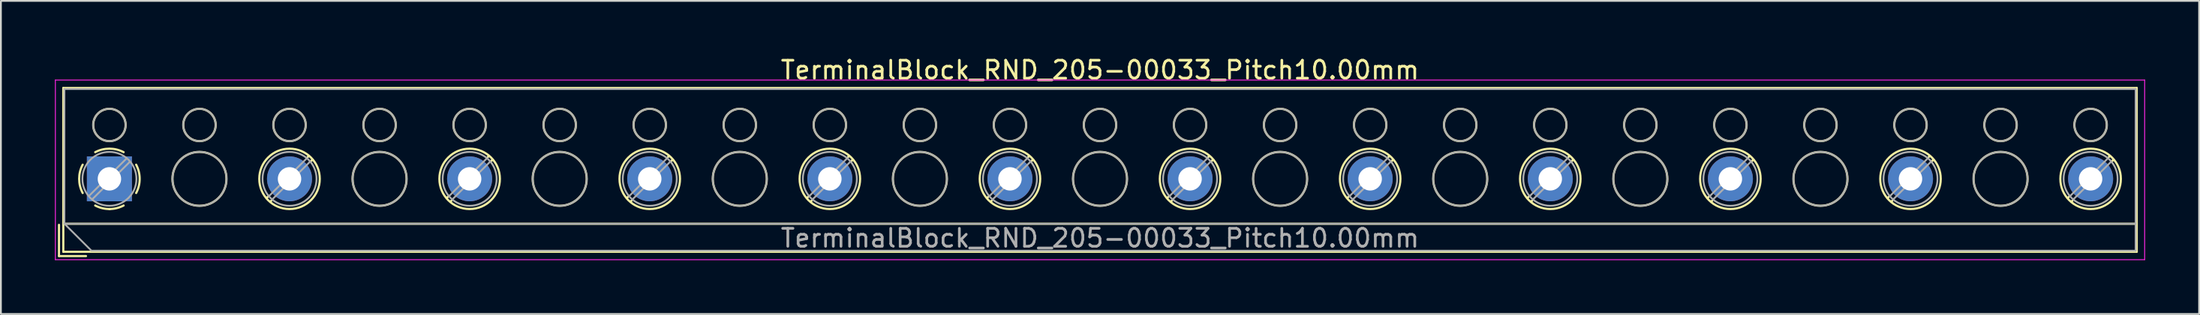
<source format=kicad_pcb>
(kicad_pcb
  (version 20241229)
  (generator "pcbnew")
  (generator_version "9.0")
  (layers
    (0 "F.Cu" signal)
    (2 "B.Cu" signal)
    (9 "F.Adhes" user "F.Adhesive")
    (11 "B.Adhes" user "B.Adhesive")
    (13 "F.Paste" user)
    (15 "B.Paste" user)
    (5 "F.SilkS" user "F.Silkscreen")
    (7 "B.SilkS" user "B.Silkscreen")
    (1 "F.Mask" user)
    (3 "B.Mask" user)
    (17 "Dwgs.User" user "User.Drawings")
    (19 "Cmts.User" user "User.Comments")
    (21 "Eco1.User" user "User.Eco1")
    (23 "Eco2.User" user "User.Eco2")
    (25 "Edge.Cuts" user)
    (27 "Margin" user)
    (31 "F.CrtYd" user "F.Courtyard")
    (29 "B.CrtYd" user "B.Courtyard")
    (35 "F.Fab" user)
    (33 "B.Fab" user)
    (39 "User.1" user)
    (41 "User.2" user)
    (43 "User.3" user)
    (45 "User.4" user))
  (footprint "TerminalBlock_RND_205-00033_Pitch10.00mm"
    (layer "F.Cu")
    (at 3.025 6.908)
    (property "Reference" "TerminalBlock_RND_205-00033_Pitch10.00mm" (at 55 -6.06 0) (layer "F.SilkS") (effects (font (size 1 1) (thickness 0.15))))
    (attr through_hole)
    (fp_line (start -2.8 2.56) (end -2.8 4.3) (stroke (width 0.12) (type solid)) (layer "F.SilkS"))
    (fp_line (start -2.8 4.3) (end -1.3 4.3) (stroke (width 0.12) (type solid)) (layer "F.SilkS"))
    (fp_line (start -2.56 -5.06) (end -2.56 4.06) (stroke (width 0.12) (type solid)) (layer "F.SilkS"))
    (fp_line (start -2.56 2.5) (end 112.56 2.5) (stroke (width 0.12) (type solid)) (layer "F.SilkS"))
    (fp_line (start -2.56 4.06) (end 112.56 4.06) (stroke (width 0.12) (type solid)) (layer "F.SilkS"))
    (fp_line (start 8.82 0.976) (end 8.726 1.069) (stroke (width 0.12) (type solid)) (layer "F.SilkS"))
    (fp_line (start 8.99 1.216) (end 8.931 1.274) (stroke (width 0.12) (type solid)) (layer "F.SilkS"))
    (fp_line (start 11.07 -1.275) (end 11.011 -1.216) (stroke (width 0.12) (type solid)) (layer "F.SilkS"))
    (fp_line (start 11.275 -1.069) (end 11.181 -0.976) (stroke (width 0.12) (type solid)) (layer "F.SilkS"))
    (fp_line (start 18.82 0.976) (end 18.726 1.069) (stroke (width 0.12) (type solid)) (layer "F.SilkS"))
    (fp_line (start 18.99 1.216) (end 18.931 1.274) (stroke (width 0.12) (type solid)) (layer "F.SilkS"))
    (fp_line (start 21.07 -1.275) (end 21.011 -1.216) (stroke (width 0.12) (type solid)) (layer "F.SilkS"))
    (fp_line (start 21.275 -1.069) (end 21.181 -0.976) (stroke (width 0.12) (type solid)) (layer "F.SilkS"))
    (fp_line (start 28.82 0.976) (end 28.726 1.069) (stroke (width 0.12) (type solid)) (layer "F.SilkS"))
    (fp_line (start 28.99 1.216) (end 28.931 1.274) (stroke (width 0.12) (type solid)) (layer "F.SilkS"))
    (fp_line (start 31.07 -1.275) (end 31.011 -1.216) (stroke (width 0.12) (type solid)) (layer "F.SilkS"))
    (fp_line (start 31.275 -1.069) (end 31.181 -0.976) (stroke (width 0.12) (type solid)) (layer "F.SilkS"))
    (fp_line (start 38.82 0.976) (end 38.726 1.069) (stroke (width 0.12) (type solid)) (layer "F.SilkS"))
    (fp_line (start 38.99 1.216) (end 38.931 1.274) (stroke (width 0.12) (type solid)) (layer "F.SilkS"))
    (fp_line (start 41.07 -1.275) (end 41.011 -1.216) (stroke (width 0.12) (type solid)) (layer "F.SilkS"))
    (fp_line (start 41.275 -1.069) (end 41.181 -0.976) (stroke (width 0.12) (type solid)) (layer "F.SilkS"))
    (fp_line (start 48.82 0.976) (end 48.726 1.069) (stroke (width 0.12) (type solid)) (layer "F.SilkS"))
    (fp_line (start 48.99 1.216) (end 48.931 1.274) (stroke (width 0.12) (type solid)) (layer "F.SilkS"))
    (fp_line (start 51.07 -1.275) (end 51.011 -1.216) (stroke (width 0.12) (type solid)) (layer "F.SilkS"))
    (fp_line (start 51.275 -1.069) (end 51.181 -0.976) (stroke (width 0.12) (type solid)) (layer "F.SilkS"))
    (fp_line (start 58.82 0.976) (end 58.726 1.069) (stroke (width 0.12) (type solid)) (layer "F.SilkS"))
    (fp_line (start 58.99 1.216) (end 58.931 1.274) (stroke (width 0.12) (type solid)) (layer "F.SilkS"))
    (fp_line (start 61.07 -1.275) (end 61.011 -1.216) (stroke (width 0.12) (type solid)) (layer "F.SilkS"))
    (fp_line (start 61.275 -1.069) (end 61.181 -0.976) (stroke (width 0.12) (type solid)) (layer "F.SilkS"))
    (fp_line (start 68.82 0.976) (end 68.726 1.069) (stroke (width 0.12) (type solid)) (layer "F.SilkS"))
    (fp_line (start 68.99 1.216) (end 68.931 1.274) (stroke (width 0.12) (type solid)) (layer "F.SilkS"))
    (fp_line (start 71.07 -1.275) (end 71.011 -1.216) (stroke (width 0.12) (type solid)) (layer "F.SilkS"))
    (fp_line (start 71.275 -1.069) (end 71.181 -0.976) (stroke (width 0.12) (type solid)) (layer "F.SilkS"))
    (fp_line (start 78.82 0.976) (end 78.726 1.069) (stroke (width 0.12) (type solid)) (layer "F.SilkS"))
    (fp_line (start 78.99 1.216) (end 78.931 1.274) (stroke (width 0.12) (type solid)) (layer "F.SilkS"))
    (fp_line (start 81.07 -1.275) (end 81.011 -1.216) (stroke (width 0.12) (type solid)) (layer "F.SilkS"))
    (fp_line (start 81.275 -1.069) (end 81.181 -0.976) (stroke (width 0.12) (type solid)) (layer "F.SilkS"))
    (fp_line (start 88.82 0.976) (end 88.726 1.069) (stroke (width 0.12) (type solid)) (layer "F.SilkS"))
    (fp_line (start 88.99 1.216) (end 88.931 1.274) (stroke (width 0.12) (type solid)) (layer "F.SilkS"))
    (fp_line (start 91.07 -1.275) (end 91.011 -1.216) (stroke (width 0.12) (type solid)) (layer "F.SilkS"))
    (fp_line (start 91.275 -1.069) (end 91.181 -0.976) (stroke (width 0.12) (type solid)) (layer "F.SilkS"))
    (fp_line (start 98.82 0.976) (end 98.726 1.069) (stroke (width 0.12) (type solid)) (layer "F.SilkS"))
    (fp_line (start 98.99 1.216) (end 98.931 1.274) (stroke (width 0.12) (type solid)) (layer "F.SilkS"))
    (fp_line (start 101.07 -1.275) (end 101.011 -1.216) (stroke (width 0.12) (type solid)) (layer "F.SilkS"))
    (fp_line (start 101.275 -1.069) (end 101.181 -0.976) (stroke (width 0.12) (type solid)) (layer "F.SilkS"))
    (fp_line (start 108.82 0.976) (end 108.726 1.069) (stroke (width 0.12) (type solid)) (layer "F.SilkS"))
    (fp_line (start 108.99 1.216) (end 108.931 1.274) (stroke (width 0.12) (type solid)) (layer "F.SilkS"))
    (fp_line (start 111.07 -1.275) (end 111.011 -1.216) (stroke (width 0.12) (type solid)) (layer "F.SilkS"))
    (fp_line (start 111.275 -1.069) (end 111.181 -0.976) (stroke (width 0.12) (type solid)) (layer "F.SilkS"))
    (fp_line (start 112.56 -5.06) (end -2.56 -5.06) (stroke (width 0.12) (type solid)) (layer "F.SilkS"))
    (fp_line (start 112.56 4.06) (end 112.56 -5.06) (stroke (width 0.12) (type solid)) (layer "F.SilkS"))
    (fp_arc (start -1.483953 0.789089) (mid -1.680708 0.00005) (end -1.484 -0.789) (stroke (width 0.12) (type solid)) (layer "F.SilkS"))
    (fp_arc (start -0.789089 -1.483953) (mid -0.00005 -1.680708) (end 0.789 -1.484) (stroke (width 0.12) (type solid)) (layer "F.SilkS"))
    (fp_arc (start 0.029383 1.68045) (mid -0.392304 1.634281) (end -0.789 1.484) (stroke (width 0.12) (type solid)) (layer "F.SilkS"))
    (fp_arc (start 0.788712 1.483352) (mid 0.406429 1.630097) (end 0 1.68) (stroke (width 0.12) (type solid)) (layer "F.SilkS"))
    (fp_arc (start 1.483953 -0.789089) (mid 1.680708 -0.00005) (end 1.484 0.789) (stroke (width 0.12) (type solid)) (layer "F.SilkS"))
    (fp_circle (center 0 -3) (end 0.9 -3) (stroke (width 0.12) (type solid)) (fill no) (layer "F.SilkS"))
    (fp_circle (center 5 -3) (end 5.9 -3) (stroke (width 0.12) (type solid)) (fill no) (layer "F.SilkS"))
    (fp_circle (center 5 0) (end 6.5 0) (stroke (width 0.12) (type solid)) (fill no) (layer "F.SilkS"))
    (fp_circle (center 10 -3) (end 10.9 -3) (stroke (width 0.12) (type solid)) (fill no) (layer "F.SilkS"))
    (fp_circle (center 10 0) (end 11.68 0) (stroke (width 0.12) (type solid)) (fill no) (layer "F.SilkS"))
    (fp_circle (center 15 -3) (end 15.9 -3) (stroke (width 0.12) (type solid)) (fill no) (layer "F.SilkS"))
    (fp_circle (center 15 0) (end 16.5 0) (stroke (width 0.12) (type solid)) (fill no) (layer "F.SilkS"))
    (fp_circle (center 20 -3) (end 20.9 -3) (stroke (width 0.12) (type solid)) (fill no) (layer "F.SilkS"))
    (fp_circle (center 20 0) (end 21.68 0) (stroke (width 0.12) (type solid)) (fill no) (layer "F.SilkS"))
    (fp_circle (center 25 -3) (end 25.9 -3) (stroke (width 0.12) (type solid)) (fill no) (layer "F.SilkS"))
    (fp_circle (center 25 0) (end 26.5 0) (stroke (width 0.12) (type solid)) (fill no) (layer "F.SilkS"))
    (fp_circle (center 30 -3) (end 30.9 -3) (stroke (width 0.12) (type solid)) (fill no) (layer "F.SilkS"))
    (fp_circle (center 30 0) (end 31.68 0) (stroke (width 0.12) (type solid)) (fill no) (layer "F.SilkS"))
    (fp_circle (center 35 -3) (end 35.9 -3) (stroke (width 0.12) (type solid)) (fill no) (layer "F.SilkS"))
    (fp_circle (center 35 0) (end 36.5 0) (stroke (width 0.12) (type solid)) (fill no) (layer "F.SilkS"))
    (fp_circle (center 40 -3) (end 40.9 -3) (stroke (width 0.12) (type solid)) (fill no) (layer "F.SilkS"))
    (fp_circle (center 40 0) (end 41.68 0) (stroke (width 0.12) (type solid)) (fill no) (layer "F.SilkS"))
    (fp_circle (center 45 -3) (end 45.9 -3) (stroke (width 0.12) (type solid)) (fill no) (layer "F.SilkS"))
    (fp_circle (center 45 0) (end 46.5 0) (stroke (width 0.12) (type solid)) (fill no) (layer "F.SilkS"))
    (fp_circle (center 50 -3) (end 50.9 -3) (stroke (width 0.12) (type solid)) (fill no) (layer "F.SilkS"))
    (fp_circle (center 50 0) (end 51.68 0) (stroke (width 0.12) (type solid)) (fill no) (layer "F.SilkS"))
    (fp_circle (center 55 -3) (end 55.9 -3) (stroke (width 0.12) (type solid)) (fill no) (layer "F.SilkS"))
    (fp_circle (center 55 0) (end 56.5 0) (stroke (width 0.12) (type solid)) (fill no) (layer "F.SilkS"))
    (fp_circle (center 60 -3) (end 60.9 -3) (stroke (width 0.12) (type solid)) (fill no) (layer "F.SilkS"))
    (fp_circle (center 60 0) (end 61.68 0) (stroke (width 0.12) (type solid)) (fill no) (layer "F.SilkS"))
    (fp_circle (center 65 -3) (end 65.9 -3) (stroke (width 0.12) (type solid)) (fill no) (layer "F.SilkS"))
    (fp_circle (center 65 0) (end 66.5 0) (stroke (width 0.12) (type solid)) (fill no) (layer "F.SilkS"))
    (fp_circle (center 70 -3) (end 70.9 -3) (stroke (width 0.12) (type solid)) (fill no) (layer "F.SilkS"))
    (fp_circle (center 70 0) (end 71.68 0) (stroke (width 0.12) (type solid)) (fill no) (layer "F.SilkS"))
    (fp_circle (center 75 -3) (end 75.9 -3) (stroke (width 0.12) (type solid)) (fill no) (layer "F.SilkS"))
    (fp_circle (center 75 0) (end 76.5 0) (stroke (width 0.12) (type solid)) (fill no) (layer "F.SilkS"))
    (fp_circle (center 80 -3) (end 80.9 -3) (stroke (width 0.12) (type solid)) (fill no) (layer "F.SilkS"))
    (fp_circle (center 80 0) (end 81.68 0) (stroke (width 0.12) (type solid)) (fill no) (layer "F.SilkS"))
    (fp_circle (center 85 -3) (end 85.9 -3) (stroke (width 0.12) (type solid)) (fill no) (layer "F.SilkS"))
    (fp_circle (center 85 0) (end 86.5 0) (stroke (width 0.12) (type solid)) (fill no) (layer "F.SilkS"))
    (fp_circle (center 90 -3) (end 90.9 -3) (stroke (width 0.12) (type solid)) (fill no) (layer "F.SilkS"))
    (fp_circle (center 90 0) (end 91.68 0) (stroke (width 0.12) (type solid)) (fill no) (layer "F.SilkS"))
    (fp_circle (center 95 -3) (end 95.9 -3) (stroke (width 0.12) (type solid)) (fill no) (layer "F.SilkS"))
    (fp_circle (center 95 0) (end 96.5 0) (stroke (width 0.12) (type solid)) (fill no) (layer "F.SilkS"))
    (fp_circle (center 100 -3) (end 100.9 -3) (stroke (width 0.12) (type solid)) (fill no) (layer "F.SilkS"))
    (fp_circle (center 100 0) (end 101.68 0) (stroke (width 0.12) (type solid)) (fill no) (layer "F.SilkS"))
    (fp_circle (center 105 -3) (end 105.9 -3) (stroke (width 0.12) (type solid)) (fill no) (layer "F.SilkS"))
    (fp_circle (center 105 0) (end 106.5 0) (stroke (width 0.12) (type solid)) (fill no) (layer "F.SilkS"))
    (fp_circle (center 110 -3) (end 110.9 -3) (stroke (width 0.12) (type solid)) (fill no) (layer "F.SilkS"))
    (fp_circle (center 110 0) (end 111.68 0) (stroke (width 0.12) (type solid)) (fill no) (layer "F.SilkS"))
    (fp_line (start -3 -5.5) (end -3 4.5) (stroke (width 0.05) (type solid)) (layer "F.CrtYd"))
    (fp_line (start -3 4.5) (end 113 4.5) (stroke (width 0.05) (type solid)) (layer "F.CrtYd"))
    (fp_line (start 113 -5.5) (end -3 -5.5) (stroke (width 0.05) (type solid)) (layer "F.CrtYd"))
    (fp_line (start 113 4.5) (end 113 -5.5) (stroke (width 0.05) (type solid)) (layer "F.CrtYd"))
    (fp_line (start -2.5 -5) (end 112.5 -5) (stroke (width 0.1) (type solid)) (layer "F.Fab"))
    (fp_line (start -2.5 2.5) (end -2.5 -5) (stroke (width 0.1) (type solid)) (layer "F.Fab"))
    (fp_line (start -2.5 2.5) (end 112.5 2.5) (stroke (width 0.1) (type solid)) (layer "F.Fab"))
    (fp_line (start -1 4) (end -2.5 2.5) (stroke (width 0.1) (type solid)) (layer "F.Fab"))
    (fp_line (start 0.955 -1.138) (end -1.138 0.955) (stroke (width 0.1) (type solid)) (layer "F.Fab"))
    (fp_line (start 1.138 -0.955) (end -0.955 1.138) (stroke (width 0.1) (type solid)) (layer "F.Fab"))
    (fp_line (start 10.955 -1.138) (end 8.863 0.955) (stroke (width 0.1) (type solid)) (layer "F.Fab"))
    (fp_line (start 11.138 -0.955) (end 9.046 1.138) (stroke (width 0.1) (type solid)) (layer "F.Fab"))
    (fp_line (start 20.955 -1.138) (end 18.863 0.955) (stroke (width 0.1) (type solid)) (layer "F.Fab"))
    (fp_line (start 21.138 -0.955) (end 19.046 1.138) (stroke (width 0.1) (type solid)) (layer "F.Fab"))
    (fp_line (start 30.955 -1.138) (end 28.863 0.955) (stroke (width 0.1) (type solid)) (layer "F.Fab"))
    (fp_line (start 31.138 -0.955) (end 29.046 1.138) (stroke (width 0.1) (type solid)) (layer "F.Fab"))
    (fp_line (start 40.955 -1.138) (end 38.863 0.955) (stroke (width 0.1) (type solid)) (layer "F.Fab"))
    (fp_line (start 41.138 -0.955) (end 39.046 1.138) (stroke (width 0.1) (type solid)) (layer "F.Fab"))
    (fp_line (start 50.955 -1.138) (end 48.863 0.955) (stroke (width 0.1) (type solid)) (layer "F.Fab"))
    (fp_line (start 51.138 -0.955) (end 49.046 1.138) (stroke (width 0.1) (type solid)) (layer "F.Fab"))
    (fp_line (start 60.955 -1.138) (end 58.863 0.955) (stroke (width 0.1) (type solid)) (layer "F.Fab"))
    (fp_line (start 61.138 -0.955) (end 59.046 1.138) (stroke (width 0.1) (type solid)) (layer "F.Fab"))
    (fp_line (start 70.955 -1.138) (end 68.863 0.955) (stroke (width 0.1) (type solid)) (layer "F.Fab"))
    (fp_line (start 71.138 -0.955) (end 69.046 1.138) (stroke (width 0.1) (type solid)) (layer "F.Fab"))
    (fp_line (start 80.955 -1.138) (end 78.863 0.955) (stroke (width 0.1) (type solid)) (layer "F.Fab"))
    (fp_line (start 81.138 -0.955) (end 79.046 1.138) (stroke (width 0.1) (type solid)) (layer "F.Fab"))
    (fp_line (start 90.955 -1.138) (end 88.863 0.955) (stroke (width 0.1) (type solid)) (layer "F.Fab"))
    (fp_line (start 91.138 -0.955) (end 89.046 1.138) (stroke (width 0.1) (type solid)) (layer "F.Fab"))
    (fp_line (start 100.955 -1.138) (end 98.863 0.955) (stroke (width 0.1) (type solid)) (layer "F.Fab"))
    (fp_line (start 101.138 -0.955) (end 99.046 1.138) (stroke (width 0.1) (type solid)) (layer "F.Fab"))
    (fp_line (start 110.955 -1.138) (end 108.863 0.955) (stroke (width 0.1) (type solid)) (layer "F.Fab"))
    (fp_line (start 111.138 -0.955) (end 109.046 1.138) (stroke (width 0.1) (type solid)) (layer "F.Fab"))
    (fp_line (start 112.5 -5) (end 112.5 4) (stroke (width 0.1) (type solid)) (layer "F.Fab"))
    (fp_line (start 112.5 4) (end -1 4) (stroke (width 0.1) (type solid)) (layer "F.Fab"))
    (fp_circle (center 0 -3) (end 0.9 -3) (stroke (width 0.1) (type solid)) (fill no) (layer "F.Fab"))
    (fp_circle (center 0 0) (end 1.5 0) (stroke (width 0.1) (type solid)) (fill no) (layer "F.Fab"))
    (fp_circle (center 5 -3) (end 5.9 -3) (stroke (width 0.1) (type solid)) (fill no) (layer "F.Fab"))
    (fp_circle (center 5 0) (end 6.5 0) (stroke (width 0.1) (type solid)) (fill no) (layer "F.Fab"))
    (fp_circle (center 10 -3) (end 10.9 -3) (stroke (width 0.1) (type solid)) (fill no) (layer "F.Fab"))
    (fp_circle (center 10 0) (end 11.5 0) (stroke (width 0.1) (type solid)) (fill no) (layer "F.Fab"))
    (fp_circle (center 15 -3) (end 15.9 -3) (stroke (width 0.1) (type solid)) (fill no) (layer "F.Fab"))
    (fp_circle (center 15 0) (end 16.5 0) (stroke (width 0.1) (type solid)) (fill no) (layer "F.Fab"))
    (fp_circle (center 20 -3) (end 20.9 -3) (stroke (width 0.1) (type solid)) (fill no) (layer "F.Fab"))
    (fp_circle (center 20 0) (end 21.5 0) (stroke (width 0.1) (type solid)) (fill no) (layer "F.Fab"))
    (fp_circle (center 25 -3) (end 25.9 -3) (stroke (width 0.1) (type solid)) (fill no) (layer "F.Fab"))
    (fp_circle (center 25 0) (end 26.5 0) (stroke (width 0.1) (type solid)) (fill no) (layer "F.Fab"))
    (fp_circle (center 30 -3) (end 30.9 -3) (stroke (width 0.1) (type solid)) (fill no) (layer "F.Fab"))
    (fp_circle (center 30 0) (end 31.5 0) (stroke (width 0.1) (type solid)) (fill no) (layer "F.Fab"))
    (fp_circle (center 35 -3) (end 35.9 -3) (stroke (width 0.1) (type solid)) (fill no) (layer "F.Fab"))
    (fp_circle (center 35 0) (end 36.5 0) (stroke (width 0.1) (type solid)) (fill no) (layer "F.Fab"))
    (fp_circle (center 40 -3) (end 40.9 -3) (stroke (width 0.1) (type solid)) (fill no) (layer "F.Fab"))
    (fp_circle (center 40 0) (end 41.5 0) (stroke (width 0.1) (type solid)) (fill no) (layer "F.Fab"))
    (fp_circle (center 45 -3) (end 45.9 -3) (stroke (width 0.1) (type solid)) (fill no) (layer "F.Fab"))
    (fp_circle (center 45 0) (end 46.5 0) (stroke (width 0.1) (type solid)) (fill no) (layer "F.Fab"))
    (fp_circle (center 50 -3) (end 50.9 -3) (stroke (width 0.1) (type solid)) (fill no) (layer "F.Fab"))
    (fp_circle (center 50 0) (end 51.5 0) (stroke (width 0.1) (type solid)) (fill no) (layer "F.Fab"))
    (fp_circle (center 55 -3) (end 55.9 -3) (stroke (width 0.1) (type solid)) (fill no) (layer "F.Fab"))
    (fp_circle (center 55 0) (end 56.5 0) (stroke (width 0.1) (type solid)) (fill no) (layer "F.Fab"))
    (fp_circle (center 60 -3) (end 60.9 -3) (stroke (width 0.1) (type solid)) (fill no) (layer "F.Fab"))
    (fp_circle (center 60 0) (end 61.5 0) (stroke (width 0.1) (type solid)) (fill no) (layer "F.Fab"))
    (fp_circle (center 65 -3) (end 65.9 -3) (stroke (width 0.1) (type solid)) (fill no) (layer "F.Fab"))
    (fp_circle (center 65 0) (end 66.5 0) (stroke (width 0.1) (type solid)) (fill no) (layer "F.Fab"))
    (fp_circle (center 70 -3) (end 70.9 -3) (stroke (width 0.1) (type solid)) (fill no) (layer "F.Fab"))
    (fp_circle (center 70 0) (end 71.5 0) (stroke (width 0.1) (type solid)) (fill no) (layer "F.Fab"))
    (fp_circle (center 75 -3) (end 75.9 -3) (stroke (width 0.1) (type solid)) (fill no) (layer "F.Fab"))
    (fp_circle (center 75 0) (end 76.5 0) (stroke (width 0.1) (type solid)) (fill no) (layer "F.Fab"))
    (fp_circle (center 80 -3) (end 80.9 -3) (stroke (width 0.1) (type solid)) (fill no) (layer "F.Fab"))
    (fp_circle (center 80 0) (end 81.5 0) (stroke (width 0.1) (type solid)) (fill no) (layer "F.Fab"))
    (fp_circle (center 85 -3) (end 85.9 -3) (stroke (width 0.1) (type solid)) (fill no) (layer "F.Fab"))
    (fp_circle (center 85 0) (end 86.5 0) (stroke (width 0.1) (type solid)) (fill no) (layer "F.Fab"))
    (fp_circle (center 90 -3) (end 90.9 -3) (stroke (width 0.1) (type solid)) (fill no) (layer "F.Fab"))
    (fp_circle (center 90 0) (end 91.5 0) (stroke (width 0.1) (type solid)) (fill no) (layer "F.Fab"))
    (fp_circle (center 95 -3) (end 95.9 -3) (stroke (width 0.1) (type solid)) (fill no) (layer "F.Fab"))
    (fp_circle (center 95 0) (end 96.5 0) (stroke (width 0.1) (type solid)) (fill no) (layer "F.Fab"))
    (fp_circle (center 100 -3) (end 100.9 -3) (stroke (width 0.1) (type solid)) (fill no) (layer "F.Fab"))
    (fp_circle (center 100 0) (end 101.5 0) (stroke (width 0.1) (type solid)) (fill no) (layer "F.Fab"))
    (fp_circle (center 105 -3) (end 105.9 -3) (stroke (width 0.1) (type solid)) (fill no) (layer "F.Fab"))
    (fp_circle (center 105 0) (end 106.5 0) (stroke (width 0.1) (type solid)) (fill no) (layer "F.Fab"))
    (fp_circle (center 110 -3) (end 110.9 -3) (stroke (width 0.1) (type solid)) (fill no) (layer "F.Fab"))
    (fp_circle (center 110 0) (end 111.5 0) (stroke (width 0.1) (type solid)) (fill no) (layer "F.Fab"))
    (fp_text user "${REFERENCE}" (at 55 3.3 0) (layer "F.Fab") (effects (font (size 1 1) (thickness 0.15))))
    (pad "1" thru_hole rect (at 0 0) (size 2.5 2.5) (drill 1.3) (layers "*.Cu" "*.Mask"))
    (pad "2" thru_hole circle (at 10 0) (size 2.5 2.5) (drill 1.3) (layers "*.Cu" "*.Mask"))
    (pad "3" thru_hole circle (at 20 0) (size 2.5 2.5) (drill 1.3) (layers "*.Cu" "*.Mask"))
    (pad "4" thru_hole circle (at 30 0) (size 2.5 2.5) (drill 1.3) (layers "*.Cu" "*.Mask"))
    (pad "5" thru_hole circle (at 40 0) (size 2.5 2.5) (drill 1.3) (layers "*.Cu" "*.Mask"))
    (pad "6" thru_hole circle (at 50 0) (size 2.5 2.5) (drill 1.3) (layers "*.Cu" "*.Mask"))
    (pad "7" thru_hole circle (at 60 0) (size 2.5 2.5) (drill 1.3) (layers "*.Cu" "*.Mask"))
    (pad "8" thru_hole circle (at 70 0) (size 2.5 2.5) (drill 1.3) (layers "*.Cu" "*.Mask"))
    (pad "9" thru_hole circle (at 80 0) (size 2.5 2.5) (drill 1.3) (layers "*.Cu" "*.Mask"))
    (pad "10" thru_hole circle (at 90 0) (size 2.5 2.5) (drill 1.3) (layers "*.Cu" "*.Mask"))
    (pad "11" thru_hole circle (at 100 0) (size 2.5 2.5) (drill 1.3) (layers "*.Cu" "*.Mask"))
    (pad "12" thru_hole circle (at 110 0) (size 2.5 2.5) (drill 1.3) (layers "*.Cu" "*.Mask")))
  (gr_rect
    (start -3 -3)
    (end 119.05 14.433)
    (stroke (width 0.1) (type default))
    (fill no)
    (layer "Edge.Cuts")))
</source>
